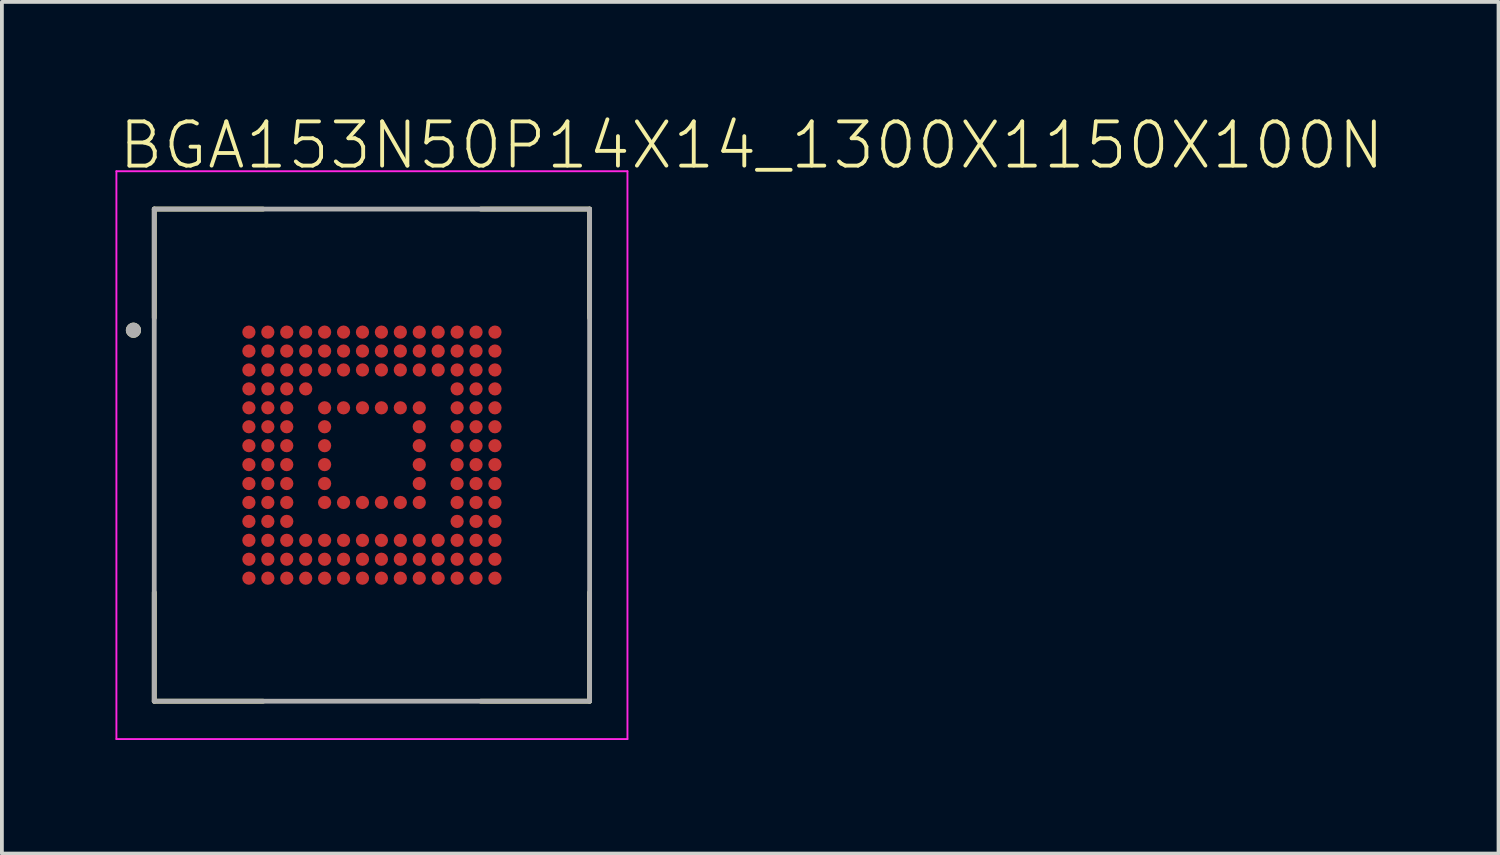
<source format=kicad_pcb>
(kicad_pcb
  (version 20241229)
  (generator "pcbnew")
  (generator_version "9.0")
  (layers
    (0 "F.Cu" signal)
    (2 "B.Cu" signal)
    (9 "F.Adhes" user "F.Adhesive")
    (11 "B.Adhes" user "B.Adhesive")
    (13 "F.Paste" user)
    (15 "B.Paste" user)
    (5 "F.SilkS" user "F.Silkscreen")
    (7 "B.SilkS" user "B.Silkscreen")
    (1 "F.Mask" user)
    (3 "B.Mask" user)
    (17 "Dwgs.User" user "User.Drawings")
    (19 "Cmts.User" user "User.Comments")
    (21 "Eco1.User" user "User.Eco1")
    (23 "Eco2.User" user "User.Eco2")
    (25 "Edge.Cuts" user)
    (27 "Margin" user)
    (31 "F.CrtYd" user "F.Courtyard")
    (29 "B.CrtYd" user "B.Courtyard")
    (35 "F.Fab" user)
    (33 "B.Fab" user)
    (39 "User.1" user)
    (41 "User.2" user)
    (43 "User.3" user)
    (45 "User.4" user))
  (footprint "BGA153N50P14X14_1300X1150X100N"
    (layer "F.Cu")
    (at 6.775 8.973)
    (property "Reference" "BGA153N50P14X14_1300X1150X100N" (at -6.75 -7.5 0) (unlocked yes) (layer "F.SilkS") (effects (font (size 1.168 1.168) (thickness 0.102)) (justify left bottom)))
    (fp_circle (center -3.25 -3.25) (end -3.15 -3.25) (stroke (width 0.2) (type solid)) (fill no) (layer "F.Mask"))
    (fp_circle (center -3.25 -2.75) (end -3.15 -2.75) (stroke (width 0.2) (type solid)) (fill no) (layer "F.Mask"))
    (fp_circle (center -3.25 -2.25) (end -3.15 -2.25) (stroke (width 0.2) (type solid)) (fill no) (layer "F.Mask"))
    (fp_circle (center -3.25 -1.75) (end -3.15 -1.75) (stroke (width 0.2) (type solid)) (fill no) (layer "F.Mask"))
    (fp_circle (center -3.25 -1.25) (end -3.15 -1.25) (stroke (width 0.2) (type solid)) (fill no) (layer "F.Mask"))
    (fp_circle (center -3.25 -0.75) (end -3.15 -0.75) (stroke (width 0.2) (type solid)) (fill no) (layer "F.Mask"))
    (fp_circle (center -3.25 -0.25) (end -3.15 -0.25) (stroke (width 0.2) (type solid)) (fill no) (layer "F.Mask"))
    (fp_circle (center -3.25 0.25) (end -3.15 0.25) (stroke (width 0.2) (type solid)) (fill no) (layer "F.Mask"))
    (fp_circle (center -3.25 0.75) (end -3.15 0.75) (stroke (width 0.2) (type solid)) (fill no) (layer "F.Mask"))
    (fp_circle (center -3.25 1.25) (end -3.15 1.25) (stroke (width 0.2) (type solid)) (fill no) (layer "F.Mask"))
    (fp_circle (center -3.25 1.75) (end -3.15 1.75) (stroke (width 0.2) (type solid)) (fill no) (layer "F.Mask"))
    (fp_circle (center -3.25 2.25) (end -3.15 2.25) (stroke (width 0.2) (type solid)) (fill no) (layer "F.Mask"))
    (fp_circle (center -3.25 2.75) (end -3.15 2.75) (stroke (width 0.2) (type solid)) (fill no) (layer "F.Mask"))
    (fp_circle (center -3.25 3.25) (end -3.15 3.25) (stroke (width 0.2) (type solid)) (fill no) (layer "F.Mask"))
    (fp_circle (center -2.75 -3.25) (end -2.65 -3.25) (stroke (width 0.2) (type solid)) (fill no) (layer "F.Mask"))
    (fp_circle (center -2.75 -2.75) (end -2.65 -2.75) (stroke (width 0.2) (type solid)) (fill no) (layer "F.Mask"))
    (fp_circle (center -2.75 -2.25) (end -2.65 -2.25) (stroke (width 0.2) (type solid)) (fill no) (layer "F.Mask"))
    (fp_circle (center -2.75 -1.75) (end -2.65 -1.75) (stroke (width 0.2) (type solid)) (fill no) (layer "F.Mask"))
    (fp_circle (center -2.75 -1.25) (end -2.65 -1.25) (stroke (width 0.2) (type solid)) (fill no) (layer "F.Mask"))
    (fp_circle (center -2.75 -0.75) (end -2.65 -0.75) (stroke (width 0.2) (type solid)) (fill no) (layer "F.Mask"))
    (fp_circle (center -2.75 -0.25) (end -2.65 -0.25) (stroke (width 0.2) (type solid)) (fill no) (layer "F.Mask"))
    (fp_circle (center -2.75 0.25) (end -2.65 0.25) (stroke (width 0.2) (type solid)) (fill no) (layer "F.Mask"))
    (fp_circle (center -2.75 0.75) (end -2.65 0.75) (stroke (width 0.2) (type solid)) (fill no) (layer "F.Mask"))
    (fp_circle (center -2.75 1.25) (end -2.65 1.25) (stroke (width 0.2) (type solid)) (fill no) (layer "F.Mask"))
    (fp_circle (center -2.75 1.75) (end -2.65 1.75) (stroke (width 0.2) (type solid)) (fill no) (layer "F.Mask"))
    (fp_circle (center -2.75 2.25) (end -2.65 2.25) (stroke (width 0.2) (type solid)) (fill no) (layer "F.Mask"))
    (fp_circle (center -2.75 2.75) (end -2.65 2.75) (stroke (width 0.2) (type solid)) (fill no) (layer "F.Mask"))
    (fp_circle (center -2.75 3.25) (end -2.65 3.25) (stroke (width 0.2) (type solid)) (fill no) (layer "F.Mask"))
    (fp_circle (center -2.25 -3.25) (end -2.15 -3.25) (stroke (width 0.2) (type solid)) (fill no) (layer "F.Mask"))
    (fp_circle (center -2.25 -2.75) (end -2.15 -2.75) (stroke (width 0.2) (type solid)) (fill no) (layer "F.Mask"))
    (fp_circle (center -2.25 -2.25) (end -2.15 -2.25) (stroke (width 0.2) (type solid)) (fill no) (layer "F.Mask"))
    (fp_circle (center -2.25 -1.75) (end -2.15 -1.75) (stroke (width 0.2) (type solid)) (fill no) (layer "F.Mask"))
    (fp_circle (center -2.25 -1.25) (end -2.15 -1.25) (stroke (width 0.2) (type solid)) (fill no) (layer "F.Mask"))
    (fp_circle (center -2.25 -0.75) (end -2.15 -0.75) (stroke (width 0.2) (type solid)) (fill no) (layer "F.Mask"))
    (fp_circle (center -2.25 -0.25) (end -2.15 -0.25) (stroke (width 0.2) (type solid)) (fill no) (layer "F.Mask"))
    (fp_circle (center -2.25 0.25) (end -2.15 0.25) (stroke (width 0.2) (type solid)) (fill no) (layer "F.Mask"))
    (fp_circle (center -2.25 0.75) (end -2.15 0.75) (stroke (width 0.2) (type solid)) (fill no) (layer "F.Mask"))
    (fp_circle (center -2.25 1.25) (end -2.15 1.25) (stroke (width 0.2) (type solid)) (fill no) (layer "F.Mask"))
    (fp_circle (center -2.25 1.75) (end -2.15 1.75) (stroke (width 0.2) (type solid)) (fill no) (layer "F.Mask"))
    (fp_circle (center -2.25 2.25) (end -2.15 2.25) (stroke (width 0.2) (type solid)) (fill no) (layer "F.Mask"))
    (fp_circle (center -2.25 2.75) (end -2.15 2.75) (stroke (width 0.2) (type solid)) (fill no) (layer "F.Mask"))
    (fp_circle (center -2.25 3.25) (end -2.15 3.25) (stroke (width 0.2) (type solid)) (fill no) (layer "F.Mask"))
    (fp_circle (center -1.75 -3.25) (end -1.65 -3.25) (stroke (width 0.2) (type solid)) (fill no) (layer "F.Mask"))
    (fp_circle (center -1.75 -2.75) (end -1.65 -2.75) (stroke (width 0.2) (type solid)) (fill no) (layer "F.Mask"))
    (fp_circle (center -1.75 -2.25) (end -1.65 -2.25) (stroke (width 0.2) (type solid)) (fill no) (layer "F.Mask"))
    (fp_circle (center -1.75 -1.75) (end -1.65 -1.75) (stroke (width 0.2) (type solid)) (fill no) (layer "F.Mask"))
    (fp_circle (center -1.75 2.25) (end -1.65 2.25) (stroke (width 0.2) (type solid)) (fill no) (layer "F.Mask"))
    (fp_circle (center -1.75 2.75) (end -1.65 2.75) (stroke (width 0.2) (type solid)) (fill no) (layer "F.Mask"))
    (fp_circle (center -1.75 3.25) (end -1.65 3.25) (stroke (width 0.2) (type solid)) (fill no) (layer "F.Mask"))
    (fp_circle (center -1.25 -3.25) (end -1.15 -3.25) (stroke (width 0.2) (type solid)) (fill no) (layer "F.Mask"))
    (fp_circle (center -1.25 -2.75) (end -1.15 -2.75) (stroke (width 0.2) (type solid)) (fill no) (layer "F.Mask"))
    (fp_circle (center -1.25 -2.25) (end -1.15 -2.25) (stroke (width 0.2) (type solid)) (fill no) (layer "F.Mask"))
    (fp_circle (center -1.25 -1.25) (end -1.15 -1.25) (stroke (width 0.2) (type solid)) (fill no) (layer "F.Mask"))
    (fp_circle (center -1.25 -0.75) (end -1.15 -0.75) (stroke (width 0.2) (type solid)) (fill no) (layer "F.Mask"))
    (fp_circle (center -1.25 -0.25) (end -1.15 -0.25) (stroke (width 0.2) (type solid)) (fill no) (layer "F.Mask"))
    (fp_circle (center -1.25 0.25) (end -1.15 0.25) (stroke (width 0.2) (type solid)) (fill no) (layer "F.Mask"))
    (fp_circle (center -1.25 0.75) (end -1.15 0.75) (stroke (width 0.2) (type solid)) (fill no) (layer "F.Mask"))
    (fp_circle (center -1.25 1.25) (end -1.15 1.25) (stroke (width 0.2) (type solid)) (fill no) (layer "F.Mask"))
    (fp_circle (center -1.25 2.25) (end -1.15 2.25) (stroke (width 0.2) (type solid)) (fill no) (layer "F.Mask"))
    (fp_circle (center -1.25 2.75) (end -1.15 2.75) (stroke (width 0.2) (type solid)) (fill no) (layer "F.Mask"))
    (fp_circle (center -1.25 3.25) (end -1.15 3.25) (stroke (width 0.2) (type solid)) (fill no) (layer "F.Mask"))
    (fp_circle (center -0.75 -3.25) (end -0.65 -3.25) (stroke (width 0.2) (type solid)) (fill no) (layer "F.Mask"))
    (fp_circle (center -0.75 -2.75) (end -0.65 -2.75) (stroke (width 0.2) (type solid)) (fill no) (layer "F.Mask"))
    (fp_circle (center -0.75 -2.25) (end -0.65 -2.25) (stroke (width 0.2) (type solid)) (fill no) (layer "F.Mask"))
    (fp_circle (center -0.75 -1.25) (end -0.65 -1.25) (stroke (width 0.2) (type solid)) (fill no) (layer "F.Mask"))
    (fp_circle (center -0.75 1.25) (end -0.65 1.25) (stroke (width 0.2) (type solid)) (fill no) (layer "F.Mask"))
    (fp_circle (center -0.75 2.25) (end -0.65 2.25) (stroke (width 0.2) (type solid)) (fill no) (layer "F.Mask"))
    (fp_circle (center -0.75 2.75) (end -0.65 2.75) (stroke (width 0.2) (type solid)) (fill no) (layer "F.Mask"))
    (fp_circle (center -0.75 3.25) (end -0.65 3.25) (stroke (width 0.2) (type solid)) (fill no) (layer "F.Mask"))
    (fp_circle (center -0.25 -3.25) (end -0.15 -3.25) (stroke (width 0.2) (type solid)) (fill no) (layer "F.Mask"))
    (fp_circle (center -0.25 -2.75) (end -0.15 -2.75) (stroke (width 0.2) (type solid)) (fill no) (layer "F.Mask"))
    (fp_circle (center -0.25 -2.25) (end -0.15 -2.25) (stroke (width 0.2) (type solid)) (fill no) (layer "F.Mask"))
    (fp_circle (center -0.25 -1.25) (end -0.15 -1.25) (stroke (width 0.2) (type solid)) (fill no) (layer "F.Mask"))
    (fp_circle (center -0.25 1.25) (end -0.15 1.25) (stroke (width 0.2) (type solid)) (fill no) (layer "F.Mask"))
    (fp_circle (center -0.25 2.25) (end -0.15 2.25) (stroke (width 0.2) (type solid)) (fill no) (layer "F.Mask"))
    (fp_circle (center -0.25 2.75) (end -0.15 2.75) (stroke (width 0.2) (type solid)) (fill no) (layer "F.Mask"))
    (fp_circle (center -0.25 3.25) (end -0.15 3.25) (stroke (width 0.2) (type solid)) (fill no) (layer "F.Mask"))
    (fp_circle (center 0.25 -3.25) (end 0.35 -3.25) (stroke (width 0.2) (type solid)) (fill no) (layer "F.Mask"))
    (fp_circle (center 0.25 -2.75) (end 0.35 -2.75) (stroke (width 0.2) (type solid)) (fill no) (layer "F.Mask"))
    (fp_circle (center 0.25 -2.25) (end 0.35 -2.25) (stroke (width 0.2) (type solid)) (fill no) (layer "F.Mask"))
    (fp_circle (center 0.25 -1.25) (end 0.35 -1.25) (stroke (width 0.2) (type solid)) (fill no) (layer "F.Mask"))
    (fp_circle (center 0.25 1.25) (end 0.35 1.25) (stroke (width 0.2) (type solid)) (fill no) (layer "F.Mask"))
    (fp_circle (center 0.25 2.25) (end 0.35 2.25) (stroke (width 0.2) (type solid)) (fill no) (layer "F.Mask"))
    (fp_circle (center 0.25 2.75) (end 0.35 2.75) (stroke (width 0.2) (type solid)) (fill no) (layer "F.Mask"))
    (fp_circle (center 0.25 3.25) (end 0.35 3.25) (stroke (width 0.2) (type solid)) (fill no) (layer "F.Mask"))
    (fp_circle (center 0.75 -3.25) (end 0.85 -3.25) (stroke (width 0.2) (type solid)) (fill no) (layer "F.Mask"))
    (fp_circle (center 0.75 -2.75) (end 0.85 -2.75) (stroke (width 0.2) (type solid)) (fill no) (layer "F.Mask"))
    (fp_circle (center 0.75 -2.25) (end 0.85 -2.25) (stroke (width 0.2) (type solid)) (fill no) (layer "F.Mask"))
    (fp_circle (center 0.75 -1.25) (end 0.85 -1.25) (stroke (width 0.2) (type solid)) (fill no) (layer "F.Mask"))
    (fp_circle (center 0.75 1.25) (end 0.85 1.25) (stroke (width 0.2) (type solid)) (fill no) (layer "F.Mask"))
    (fp_circle (center 0.75 2.25) (end 0.85 2.25) (stroke (width 0.2) (type solid)) (fill no) (layer "F.Mask"))
    (fp_circle (center 0.75 2.75) (end 0.85 2.75) (stroke (width 0.2) (type solid)) (fill no) (layer "F.Mask"))
    (fp_circle (center 0.75 3.25) (end 0.85 3.25) (stroke (width 0.2) (type solid)) (fill no) (layer "F.Mask"))
    (fp_circle (center 1.25 -3.25) (end 1.35 -3.25) (stroke (width 0.2) (type solid)) (fill no) (layer "F.Mask"))
    (fp_circle (center 1.25 -2.75) (end 1.35 -2.75) (stroke (width 0.2) (type solid)) (fill no) (layer "F.Mask"))
    (fp_circle (center 1.25 -2.25) (end 1.35 -2.25) (stroke (width 0.2) (type solid)) (fill no) (layer "F.Mask"))
    (fp_circle (center 1.25 -1.25) (end 1.35 -1.25) (stroke (width 0.2) (type solid)) (fill no) (layer "F.Mask"))
    (fp_circle (center 1.25 -0.75) (end 1.35 -0.75) (stroke (width 0.2) (type solid)) (fill no) (layer "F.Mask"))
    (fp_circle (center 1.25 -0.25) (end 1.35 -0.25) (stroke (width 0.2) (type solid)) (fill no) (layer "F.Mask"))
    (fp_circle (center 1.25 0.25) (end 1.35 0.25) (stroke (width 0.2) (type solid)) (fill no) (layer "F.Mask"))
    (fp_circle (center 1.25 0.75) (end 1.35 0.75) (stroke (width 0.2) (type solid)) (fill no) (layer "F.Mask"))
    (fp_circle (center 1.25 1.25) (end 1.35 1.25) (stroke (width 0.2) (type solid)) (fill no) (layer "F.Mask"))
    (fp_circle (center 1.25 2.25) (end 1.35 2.25) (stroke (width 0.2) (type solid)) (fill no) (layer "F.Mask"))
    (fp_circle (center 1.25 2.75) (end 1.35 2.75) (stroke (width 0.2) (type solid)) (fill no) (layer "F.Mask"))
    (fp_circle (center 1.25 3.25) (end 1.35 3.25) (stroke (width 0.2) (type solid)) (fill no) (layer "F.Mask"))
    (fp_circle (center 1.75 -3.25) (end 1.85 -3.25) (stroke (width 0.2) (type solid)) (fill no) (layer "F.Mask"))
    (fp_circle (center 1.75 -2.75) (end 1.85 -2.75) (stroke (width 0.2) (type solid)) (fill no) (layer "F.Mask"))
    (fp_circle (center 1.75 -2.25) (end 1.85 -2.25) (stroke (width 0.2) (type solid)) (fill no) (layer "F.Mask"))
    (fp_circle (center 1.75 2.25) (end 1.85 2.25) (stroke (width 0.2) (type solid)) (fill no) (layer "F.Mask"))
    (fp_circle (center 1.75 2.75) (end 1.85 2.75) (stroke (width 0.2) (type solid)) (fill no) (layer "F.Mask"))
    (fp_circle (center 1.75 3.25) (end 1.85 3.25) (stroke (width 0.2) (type solid)) (fill no) (layer "F.Mask"))
    (fp_circle (center 2.25 -3.25) (end 2.35 -3.25) (stroke (width 0.2) (type solid)) (fill no) (layer "F.Mask"))
    (fp_circle (center 2.25 -2.75) (end 2.35 -2.75) (stroke (width 0.2) (type solid)) (fill no) (layer "F.Mask"))
    (fp_circle (center 2.25 -2.25) (end 2.35 -2.25) (stroke (width 0.2) (type solid)) (fill no) (layer "F.Mask"))
    (fp_circle (center 2.25 -1.75) (end 2.35 -1.75) (stroke (width 0.2) (type solid)) (fill no) (layer "F.Mask"))
    (fp_circle (center 2.25 -1.25) (end 2.35 -1.25) (stroke (width 0.2) (type solid)) (fill no) (layer "F.Mask"))
    (fp_circle (center 2.25 -0.75) (end 2.35 -0.75) (stroke (width 0.2) (type solid)) (fill no) (layer "F.Mask"))
    (fp_circle (center 2.25 -0.25) (end 2.35 -0.25) (stroke (width 0.2) (type solid)) (fill no) (layer "F.Mask"))
    (fp_circle (center 2.25 0.25) (end 2.35 0.25) (stroke (width 0.2) (type solid)) (fill no) (layer "F.Mask"))
    (fp_circle (center 2.25 0.75) (end 2.35 0.75) (stroke (width 0.2) (type solid)) (fill no) (layer "F.Mask"))
    (fp_circle (center 2.25 1.25) (end 2.35 1.25) (stroke (width 0.2) (type solid)) (fill no) (layer "F.Mask"))
    (fp_circle (center 2.25 1.75) (end 2.35 1.75) (stroke (width 0.2) (type solid)) (fill no) (layer "F.Mask"))
    (fp_circle (center 2.25 2.25) (end 2.35 2.25) (stroke (width 0.2) (type solid)) (fill no) (layer "F.Mask"))
    (fp_circle (center 2.25 2.75) (end 2.35 2.75) (stroke (width 0.2) (type solid)) (fill no) (layer "F.Mask"))
    (fp_circle (center 2.25 3.25) (end 2.35 3.25) (stroke (width 0.2) (type solid)) (fill no) (layer "F.Mask"))
    (fp_circle (center 2.75 -3.25) (end 2.85 -3.25) (stroke (width 0.2) (type solid)) (fill no) (layer "F.Mask"))
    (fp_circle (center 2.75 -2.75) (end 2.85 -2.75) (stroke (width 0.2) (type solid)) (fill no) (layer "F.Mask"))
    (fp_circle (center 2.75 -2.25) (end 2.85 -2.25) (stroke (width 0.2) (type solid)) (fill no) (layer "F.Mask"))
    (fp_circle (center 2.75 -1.75) (end 2.85 -1.75) (stroke (width 0.2) (type solid)) (fill no) (layer "F.Mask"))
    (fp_circle (center 2.75 -1.25) (end 2.85 -1.25) (stroke (width 0.2) (type solid)) (fill no) (layer "F.Mask"))
    (fp_circle (center 2.75 -0.75) (end 2.85 -0.75) (stroke (width 0.2) (type solid)) (fill no) (layer "F.Mask"))
    (fp_circle (center 2.75 -0.25) (end 2.85 -0.25) (stroke (width 0.2) (type solid)) (fill no) (layer "F.Mask"))
    (fp_circle (center 2.75 0.25) (end 2.85 0.25) (stroke (width 0.2) (type solid)) (fill no) (layer "F.Mask"))
    (fp_circle (center 2.75 0.75) (end 2.85 0.75) (stroke (width 0.2) (type solid)) (fill no) (layer "F.Mask"))
    (fp_circle (center 2.75 1.25) (end 2.85 1.25) (stroke (width 0.2) (type solid)) (fill no) (layer "F.Mask"))
    (fp_circle (center 2.75 1.75) (end 2.85 1.75) (stroke (width 0.2) (type solid)) (fill no) (layer "F.Mask"))
    (fp_circle (center 2.75 2.25) (end 2.85 2.25) (stroke (width 0.2) (type solid)) (fill no) (layer "F.Mask"))
    (fp_circle (center 2.75 2.75) (end 2.85 2.75) (stroke (width 0.2) (type solid)) (fill no) (layer "F.Mask"))
    (fp_circle (center 2.75 3.25) (end 2.85 3.25) (stroke (width 0.2) (type solid)) (fill no) (layer "F.Mask"))
    (fp_circle (center 3.25 -3.25) (end 3.35 -3.25) (stroke (width 0.2) (type solid)) (fill no) (layer "F.Mask"))
    (fp_circle (center 3.25 -2.75) (end 3.35 -2.75) (stroke (width 0.2) (type solid)) (fill no) (layer "F.Mask"))
    (fp_circle (center 3.25 -2.25) (end 3.35 -2.25) (stroke (width 0.2) (type solid)) (fill no) (layer "F.Mask"))
    (fp_circle (center 3.25 -1.75) (end 3.35 -1.75) (stroke (width 0.2) (type solid)) (fill no) (layer "F.Mask"))
    (fp_circle (center 3.25 -1.25) (end 3.35 -1.25) (stroke (width 0.2) (type solid)) (fill no) (layer "F.Mask"))
    (fp_circle (center 3.25 -0.75) (end 3.35 -0.75) (stroke (width 0.2) (type solid)) (fill no) (layer "F.Mask"))
    (fp_circle (center 3.25 -0.25) (end 3.35 -0.25) (stroke (width 0.2) (type solid)) (fill no) (layer "F.Mask"))
    (fp_circle (center 3.25 0.25) (end 3.35 0.25) (stroke (width 0.2) (type solid)) (fill no) (layer "F.Mask"))
    (fp_circle (center 3.25 0.75) (end 3.35 0.75) (stroke (width 0.2) (type solid)) (fill no) (layer "F.Mask"))
    (fp_circle (center 3.25 1.25) (end 3.35 1.25) (stroke (width 0.2) (type solid)) (fill no) (layer "F.Mask"))
    (fp_circle (center 3.25 1.75) (end 3.35 1.75) (stroke (width 0.2) (type solid)) (fill no) (layer "F.Mask"))
    (fp_circle (center 3.25 2.25) (end 3.35 2.25) (stroke (width 0.2) (type solid)) (fill no) (layer "F.Mask"))
    (fp_circle (center 3.25 2.75) (end 3.35 2.75) (stroke (width 0.2) (type solid)) (fill no) (layer "F.Mask"))
    (fp_circle (center 3.25 3.25) (end 3.35 3.25) (stroke (width 0.2) (type solid)) (fill no) (layer "F.Mask"))
    (fp_line (start -5.75 -3.625) (end -5.75 -6.5) (stroke (width 0.127) (type solid)) (layer "F.SilkS"))
    (fp_line (start -5.75 6.5) (end -5.75 3.625) (stroke (width 0.127) (type solid)) (layer "F.SilkS"))
    (fp_line (start -2.875 -6.5) (end -5.75 -6.5) (stroke (width 0.127) (type solid)) (layer "F.SilkS"))
    (fp_line (start -2.875 6.5) (end -5.75 6.5) (stroke (width 0.127) (type solid)) (layer "F.SilkS"))
    (fp_line (start 5.75 -6.5) (end 2.875 -6.5) (stroke (width 0.127) (type solid)) (layer "F.SilkS"))
    (fp_line (start 5.75 -3.625) (end 5.75 -6.5) (stroke (width 0.127) (type solid)) (layer "F.SilkS"))
    (fp_line (start 5.75 6.5) (end 2.875 6.5) (stroke (width 0.127) (type solid)) (layer "F.SilkS"))
    (fp_line (start 5.75 6.5) (end 5.75 3.625) (stroke (width 0.127) (type solid)) (layer "F.SilkS"))
    (fp_circle (center -6.3 -3.3) (end -6.2 -3.3) (stroke (width 0.2) (type solid)) (fill no) (layer "F.SilkS"))
    (fp_line (start -6.75 -7.5) (end 6.75 -7.5) (stroke (width 0.05) (type solid)) (layer "F.CrtYd"))
    (fp_line (start -6.75 7.5) (end -6.75 -7.5) (stroke (width 0.05) (type solid)) (layer "F.CrtYd"))
    (fp_line (start -6.75 7.5) (end 6.75 7.5) (stroke (width 0.05) (type solid)) (layer "F.CrtYd"))
    (fp_line (start 6.75 7.5) (end 6.75 -7.5) (stroke (width 0.05) (type solid)) (layer "F.CrtYd"))
    (fp_line (start -5.75 6.5) (end -5.75 -6.5) (stroke (width 0.127) (type solid)) (layer "F.Fab"))
    (fp_line (start 5.75 -6.5) (end -5.75 -6.5) (stroke (width 0.127) (type solid)) (layer "F.Fab"))
    (fp_line (start 5.75 6.5) (end -5.75 6.5) (stroke (width 0.127) (type solid)) (layer "F.Fab"))
    (fp_line (start 5.75 6.5) (end 5.75 -6.5) (stroke (width 0.127) (type solid)) (layer "F.Fab"))
    (fp_circle (center -6.3 -3.3) (end -6.2 -3.3) (stroke (width 0.2) (type solid)) (fill no) (layer "F.Fab"))
    (pad "A1" smd roundrect (at -3.25 -3.25) (size 0.35 0.35) (layers "F.Cu" "F.Paste") (roundrect_rratio 0.5))
    (pad "A2" smd roundrect (at -2.75 -3.25) (size 0.35 0.35) (layers "F.Cu" "F.Paste") (roundrect_rratio 0.5))
    (pad "A3" smd roundrect (at -2.25 -3.25) (size 0.35 0.35) (layers "F.Cu" "F.Paste") (roundrect_rratio 0.5))
    (pad "A4" smd roundrect (at -1.75 -3.25) (size 0.35 0.35) (layers "F.Cu" "F.Paste") (roundrect_rratio 0.5))
    (pad "A5" smd roundrect (at -1.25 -3.25) (size 0.35 0.35) (layers "F.Cu" "F.Paste") (roundrect_rratio 0.5))
    (pad "A6" smd roundrect (at -0.75 -3.25) (size 0.35 0.35) (layers "F.Cu" "F.Paste") (roundrect_rratio 0.5))
    (pad "A7" smd roundrect (at -0.25 -3.25) (size 0.35 0.35) (layers "F.Cu" "F.Paste") (roundrect_rratio 0.5))
    (pad "A8" smd roundrect (at 0.25 -3.25) (size 0.35 0.35) (layers "F.Cu" "F.Paste") (roundrect_rratio 0.5))
    (pad "A9" smd roundrect (at 0.75 -3.25) (size 0.35 0.35) (layers "F.Cu" "F.Paste") (roundrect_rratio 0.5))
    (pad "A10" smd roundrect (at 1.25 -3.25) (size 0.35 0.35) (layers "F.Cu" "F.Paste") (roundrect_rratio 0.5))
    (pad "A11" smd roundrect (at 1.75 -3.25) (size 0.35 0.35) (layers "F.Cu" "F.Paste") (roundrect_rratio 0.5))
    (pad "A12" smd roundrect (at 2.25 -3.25) (size 0.35 0.35) (layers "F.Cu" "F.Paste") (roundrect_rratio 0.5))
    (pad "A13" smd roundrect (at 2.75 -3.25) (size 0.35 0.35) (layers "F.Cu" "F.Paste") (roundrect_rratio 0.5))
    (pad "A14" smd roundrect (at 3.25 -3.25) (size 0.35 0.35) (layers "F.Cu" "F.Paste") (roundrect_rratio 0.5))
    (pad "B1" smd roundrect (at -3.25 -2.75) (size 0.35 0.35) (layers "F.Cu" "F.Paste") (roundrect_rratio 0.5))
    (pad "B2" smd roundrect (at -2.75 -2.75) (size 0.35 0.35) (layers "F.Cu" "F.Paste") (roundrect_rratio 0.5))
    (pad "B3" smd roundrect (at -2.25 -2.75) (size 0.35 0.35) (layers "F.Cu" "F.Paste") (roundrect_rratio 0.5))
    (pad "B4" smd roundrect (at -1.75 -2.75) (size 0.35 0.35) (layers "F.Cu" "F.Paste") (roundrect_rratio 0.5))
    (pad "B5" smd roundrect (at -1.25 -2.75) (size 0.35 0.35) (layers "F.Cu" "F.Paste") (roundrect_rratio 0.5))
    (pad "B6" smd roundrect (at -0.75 -2.75) (size 0.35 0.35) (layers "F.Cu" "F.Paste") (roundrect_rratio 0.5))
    (pad "B7" smd roundrect (at -0.25 -2.75) (size 0.35 0.35) (layers "F.Cu" "F.Paste") (roundrect_rratio 0.5))
    (pad "B8" smd roundrect (at 0.25 -2.75) (size 0.35 0.35) (layers "F.Cu" "F.Paste") (roundrect_rratio 0.5))
    (pad "B9" smd roundrect (at 0.75 -2.75) (size 0.35 0.35) (layers "F.Cu" "F.Paste") (roundrect_rratio 0.5))
    (pad "B10" smd roundrect (at 1.25 -2.75) (size 0.35 0.35) (layers "F.Cu" "F.Paste") (roundrect_rratio 0.5))
    (pad "B11" smd roundrect (at 1.75 -2.75) (size 0.35 0.35) (layers "F.Cu" "F.Paste") (roundrect_rratio 0.5))
    (pad "B12" smd roundrect (at 2.25 -2.75) (size 0.35 0.35) (layers "F.Cu" "F.Paste") (roundrect_rratio 0.5))
    (pad "B13" smd roundrect (at 2.75 -2.75) (size 0.35 0.35) (layers "F.Cu" "F.Paste") (roundrect_rratio 0.5))
    (pad "B14" smd roundrect (at 3.25 -2.75) (size 0.35 0.35) (layers "F.Cu" "F.Paste") (roundrect_rratio 0.5))
    (pad "C1" smd roundrect (at -3.25 -2.25) (size 0.35 0.35) (layers "F.Cu" "F.Paste") (roundrect_rratio 0.5))
    (pad "C2" smd roundrect (at -2.75 -2.25) (size 0.35 0.35) (layers "F.Cu" "F.Paste") (roundrect_rratio 0.5))
    (pad "C3" smd roundrect (at -2.25 -2.25) (size 0.35 0.35) (layers "F.Cu" "F.Paste") (roundrect_rratio 0.5))
    (pad "C4" smd roundrect (at -1.75 -2.25) (size 0.35 0.35) (layers "F.Cu" "F.Paste") (roundrect_rratio 0.5))
    (pad "C5" smd roundrect (at -1.25 -2.25) (size 0.35 0.35) (layers "F.Cu" "F.Paste") (roundrect_rratio 0.5))
    (pad "C6" smd roundrect (at -0.75 -2.25) (size 0.35 0.35) (layers "F.Cu" "F.Paste") (roundrect_rratio 0.5))
    (pad "C7" smd roundrect (at -0.25 -2.25) (size 0.35 0.35) (layers "F.Cu" "F.Paste") (roundrect_rratio 0.5))
    (pad "C8" smd roundrect (at 0.25 -2.25) (size 0.35 0.35) (layers "F.Cu" "F.Paste") (roundrect_rratio 0.5))
    (pad "C9" smd roundrect (at 0.75 -2.25) (size 0.35 0.35) (layers "F.Cu" "F.Paste") (roundrect_rratio 0.5))
    (pad "C10" smd roundrect (at 1.25 -2.25) (size 0.35 0.35) (layers "F.Cu" "F.Paste") (roundrect_rratio 0.5))
    (pad "C11" smd roundrect (at 1.75 -2.25) (size 0.35 0.35) (layers "F.Cu" "F.Paste") (roundrect_rratio 0.5))
    (pad "C12" smd roundrect (at 2.25 -2.25) (size 0.35 0.35) (layers "F.Cu" "F.Paste") (roundrect_rratio 0.5))
    (pad "C13" smd roundrect (at 2.75 -2.25) (size 0.35 0.35) (layers "F.Cu" "F.Paste") (roundrect_rratio 0.5))
    (pad "C14" smd roundrect (at 3.25 -2.25) (size 0.35 0.35) (layers "F.Cu" "F.Paste") (roundrect_rratio 0.5))
    (pad "D1" smd roundrect (at -3.25 -1.75) (size 0.35 0.35) (layers "F.Cu" "F.Paste") (roundrect_rratio 0.5))
    (pad "D2" smd roundrect (at -2.75 -1.75) (size 0.35 0.35) (layers "F.Cu" "F.Paste") (roundrect_rratio 0.5))
    (pad "D3" smd roundrect (at -2.25 -1.75) (size 0.35 0.35) (layers "F.Cu" "F.Paste") (roundrect_rratio 0.5))
    (pad "D4" smd roundrect (at -1.75 -1.75) (size 0.35 0.35) (layers "F.Cu" "F.Paste") (roundrect_rratio 0.5))
    (pad "D12" smd roundrect (at 2.25 -1.75) (size 0.35 0.35) (layers "F.Cu" "F.Paste") (roundrect_rratio 0.5))
    (pad "D13" smd roundrect (at 2.75 -1.75) (size 0.35 0.35) (layers "F.Cu" "F.Paste") (roundrect_rratio 0.5))
    (pad "D14" smd roundrect (at 3.25 -1.75) (size 0.35 0.35) (layers "F.Cu" "F.Paste") (roundrect_rratio 0.5))
    (pad "E1" smd roundrect (at -3.25 -1.25) (size 0.35 0.35) (layers "F.Cu" "F.Paste") (roundrect_rratio 0.5))
    (pad "E2" smd roundrect (at -2.75 -1.25) (size 0.35 0.35) (layers "F.Cu" "F.Paste") (roundrect_rratio 0.5))
    (pad "E3" smd roundrect (at -2.25 -1.25) (size 0.35 0.35) (layers "F.Cu" "F.Paste") (roundrect_rratio 0.5))
    (pad "E5" smd roundrect (at -1.25 -1.25) (size 0.35 0.35) (layers "F.Cu" "F.Paste") (roundrect_rratio 0.5))
    (pad "E6" smd roundrect (at -0.75 -1.25) (size 0.35 0.35) (layers "F.Cu" "F.Paste") (roundrect_rratio 0.5))
    (pad "E7" smd roundrect (at -0.25 -1.25) (size 0.35 0.35) (layers "F.Cu" "F.Paste") (roundrect_rratio 0.5))
    (pad "E8" smd roundrect (at 0.25 -1.25) (size 0.35 0.35) (layers "F.Cu" "F.Paste") (roundrect_rratio 0.5))
    (pad "E9" smd roundrect (at 0.75 -1.25) (size 0.35 0.35) (layers "F.Cu" "F.Paste") (roundrect_rratio 0.5))
    (pad "E10" smd roundrect (at 1.25 -1.25) (size 0.35 0.35) (layers "F.Cu" "F.Paste") (roundrect_rratio 0.5))
    (pad "E12" smd roundrect (at 2.25 -1.25) (size 0.35 0.35) (layers "F.Cu" "F.Paste") (roundrect_rratio 0.5))
    (pad "E13" smd roundrect (at 2.75 -1.25) (size 0.35 0.35) (layers "F.Cu" "F.Paste") (roundrect_rratio 0.5))
    (pad "E14" smd roundrect (at 3.25 -1.25) (size 0.35 0.35) (layers "F.Cu" "F.Paste") (roundrect_rratio 0.5))
    (pad "F1" smd roundrect (at -3.25 -0.75) (size 0.35 0.35) (layers "F.Cu" "F.Paste") (roundrect_rratio 0.5))
    (pad "F2" smd roundrect (at -2.75 -0.75) (size 0.35 0.35) (layers "F.Cu" "F.Paste") (roundrect_rratio 0.5))
    (pad "F3" smd roundrect (at -2.25 -0.75) (size 0.35 0.35) (layers "F.Cu" "F.Paste") (roundrect_rratio 0.5))
    (pad "F5" smd roundrect (at -1.25 -0.75) (size 0.35 0.35) (layers "F.Cu" "F.Paste") (roundrect_rratio 0.5))
    (pad "F10" smd roundrect (at 1.25 -0.75) (size 0.35 0.35) (layers "F.Cu" "F.Paste") (roundrect_rratio 0.5))
    (pad "F12" smd roundrect (at 2.25 -0.75) (size 0.35 0.35) (layers "F.Cu" "F.Paste") (roundrect_rratio 0.5))
    (pad "F13" smd roundrect (at 2.75 -0.75) (size 0.35 0.35) (layers "F.Cu" "F.Paste") (roundrect_rratio 0.5))
    (pad "F14" smd roundrect (at 3.25 -0.75) (size 0.35 0.35) (layers "F.Cu" "F.Paste") (roundrect_rratio 0.5))
    (pad "G1" smd roundrect (at -3.25 -0.25) (size 0.35 0.35) (layers "F.Cu" "F.Paste") (roundrect_rratio 0.5))
    (pad "G2" smd roundrect (at -2.75 -0.25) (size 0.35 0.35) (layers "F.Cu" "F.Paste") (roundrect_rratio 0.5))
    (pad "G3" smd roundrect (at -2.25 -0.25) (size 0.35 0.35) (layers "F.Cu" "F.Paste") (roundrect_rratio 0.5))
    (pad "G5" smd roundrect (at -1.25 -0.25) (size 0.35 0.35) (layers "F.Cu" "F.Paste") (roundrect_rratio 0.5))
    (pad "G10" smd roundrect (at 1.25 -0.25) (size 0.35 0.35) (layers "F.Cu" "F.Paste") (roundrect_rratio 0.5))
    (pad "G12" smd roundrect (at 2.25 -0.25) (size 0.35 0.35) (layers "F.Cu" "F.Paste") (roundrect_rratio 0.5))
    (pad "G13" smd roundrect (at 2.75 -0.25) (size 0.35 0.35) (layers "F.Cu" "F.Paste") (roundrect_rratio 0.5))
    (pad "G14" smd roundrect (at 3.25 -0.25) (size 0.35 0.35) (layers "F.Cu" "F.Paste") (roundrect_rratio 0.5))
    (pad "H1" smd roundrect (at -3.25 0.25) (size 0.35 0.35) (layers "F.Cu" "F.Paste") (roundrect_rratio 0.5))
    (pad "H2" smd roundrect (at -2.75 0.25) (size 0.35 0.35) (layers "F.Cu" "F.Paste") (roundrect_rratio 0.5))
    (pad "H3" smd roundrect (at -2.25 0.25) (size 0.35 0.35) (layers "F.Cu" "F.Paste") (roundrect_rratio 0.5))
    (pad "H5" smd roundrect (at -1.25 0.25) (size 0.35 0.35) (layers "F.Cu" "F.Paste") (roundrect_rratio 0.5))
    (pad "H10" smd roundrect (at 1.25 0.25) (size 0.35 0.35) (layers "F.Cu" "F.Paste") (roundrect_rratio 0.5))
    (pad "H12" smd roundrect (at 2.25 0.25) (size 0.35 0.35) (layers "F.Cu" "F.Paste") (roundrect_rratio 0.5))
    (pad "H13" smd roundrect (at 2.75 0.25) (size 0.35 0.35) (layers "F.Cu" "F.Paste") (roundrect_rratio 0.5))
    (pad "H14" smd roundrect (at 3.25 0.25) (size 0.35 0.35) (layers "F.Cu" "F.Paste") (roundrect_rratio 0.5))
    (pad "J1" smd roundrect (at -3.25 0.75) (size 0.35 0.35) (layers "F.Cu" "F.Paste") (roundrect_rratio 0.5))
    (pad "J2" smd roundrect (at -2.75 0.75) (size 0.35 0.35) (layers "F.Cu" "F.Paste") (roundrect_rratio 0.5))
    (pad "J3" smd roundrect (at -2.25 0.75) (size 0.35 0.35) (layers "F.Cu" "F.Paste") (roundrect_rratio 0.5))
    (pad "J5" smd roundrect (at -1.25 0.75) (size 0.35 0.35) (layers "F.Cu" "F.Paste") (roundrect_rratio 0.5))
    (pad "J10" smd roundrect (at 1.25 0.75) (size 0.35 0.35) (layers "F.Cu" "F.Paste") (roundrect_rratio 0.5))
    (pad "J12" smd roundrect (at 2.25 0.75) (size 0.35 0.35) (layers "F.Cu" "F.Paste") (roundrect_rratio 0.5))
    (pad "J13" smd roundrect (at 2.75 0.75) (size 0.35 0.35) (layers "F.Cu" "F.Paste") (roundrect_rratio 0.5))
    (pad "J14" smd roundrect (at 3.25 0.75) (size 0.35 0.35) (layers "F.Cu" "F.Paste") (roundrect_rratio 0.5))
    (pad "K1" smd roundrect (at -3.25 1.25) (size 0.35 0.35) (layers "F.Cu" "F.Paste") (roundrect_rratio 0.5))
    (pad "K2" smd roundrect (at -2.75 1.25) (size 0.35 0.35) (layers "F.Cu" "F.Paste") (roundrect_rratio 0.5))
    (pad "K3" smd roundrect (at -2.25 1.25) (size 0.35 0.35) (layers "F.Cu" "F.Paste") (roundrect_rratio 0.5))
    (pad "K5" smd roundrect (at -1.25 1.25) (size 0.35 0.35) (layers "F.Cu" "F.Paste") (roundrect_rratio 0.5))
    (pad "K6" smd roundrect (at -0.75 1.25) (size 0.35 0.35) (layers "F.Cu" "F.Paste") (roundrect_rratio 0.5))
    (pad "K7" smd roundrect (at -0.25 1.25) (size 0.35 0.35) (layers "F.Cu" "F.Paste") (roundrect_rratio 0.5))
    (pad "K8" smd roundrect (at 0.25 1.25) (size 0.35 0.35) (layers "F.Cu" "F.Paste") (roundrect_rratio 0.5))
    (pad "K9" smd roundrect (at 0.75 1.25) (size 0.35 0.35) (layers "F.Cu" "F.Paste") (roundrect_rratio 0.5))
    (pad "K10" smd roundrect (at 1.25 1.25) (size 0.35 0.35) (layers "F.Cu" "F.Paste") (roundrect_rratio 0.5))
    (pad "K12" smd roundrect (at 2.25 1.25) (size 0.35 0.35) (layers "F.Cu" "F.Paste") (roundrect_rratio 0.5))
    (pad "K13" smd roundrect (at 2.75 1.25) (size 0.35 0.35) (layers "F.Cu" "F.Paste") (roundrect_rratio 0.5))
    (pad "K14" smd roundrect (at 3.25 1.25) (size 0.35 0.35) (layers "F.Cu" "F.Paste") (roundrect_rratio 0.5))
    (pad "L1" smd roundrect (at -3.25 1.75) (size 0.35 0.35) (layers "F.Cu" "F.Paste") (roundrect_rratio 0.5))
    (pad "L2" smd roundrect (at -2.75 1.75) (size 0.35 0.35) (layers "F.Cu" "F.Paste") (roundrect_rratio 0.5))
    (pad "L3" smd roundrect (at -2.25 1.75) (size 0.35 0.35) (layers "F.Cu" "F.Paste") (roundrect_rratio 0.5))
    (pad "L12" smd roundrect (at 2.25 1.75) (size 0.35 0.35) (layers "F.Cu" "F.Paste") (roundrect_rratio 0.5))
    (pad "L13" smd roundrect (at 2.75 1.75) (size 0.35 0.35) (layers "F.Cu" "F.Paste") (roundrect_rratio 0.5))
    (pad "L14" smd roundrect (at 3.25 1.75) (size 0.35 0.35) (layers "F.Cu" "F.Paste") (roundrect_rratio 0.5))
    (pad "M1" smd roundrect (at -3.25 2.25) (size 0.35 0.35) (layers "F.Cu" "F.Paste") (roundrect_rratio 0.5))
    (pad "M2" smd roundrect (at -2.75 2.25) (size 0.35 0.35) (layers "F.Cu" "F.Paste") (roundrect_rratio 0.5))
    (pad "M3" smd roundrect (at -2.25 2.25) (size 0.35 0.35) (layers "F.Cu" "F.Paste") (roundrect_rratio 0.5))
    (pad "M4" smd roundrect (at -1.75 2.25) (size 0.35 0.35) (layers "F.Cu" "F.Paste") (roundrect_rratio 0.5))
    (pad "M5" smd roundrect (at -1.25 2.25) (size 0.35 0.35) (layers "F.Cu" "F.Paste") (roundrect_rratio 0.5))
    (pad "M6" smd roundrect (at -0.75 2.25) (size 0.35 0.35) (layers "F.Cu" "F.Paste") (roundrect_rratio 0.5))
    (pad "M7" smd roundrect (at -0.25 2.25) (size 0.35 0.35) (layers "F.Cu" "F.Paste") (roundrect_rratio 0.5))
    (pad "M8" smd roundrect (at 0.25 2.25) (size 0.35 0.35) (layers "F.Cu" "F.Paste") (roundrect_rratio 0.5))
    (pad "M9" smd roundrect (at 0.75 2.25) (size 0.35 0.35) (layers "F.Cu" "F.Paste") (roundrect_rratio 0.5))
    (pad "M10" smd roundrect (at 1.25 2.25) (size 0.35 0.35) (layers "F.Cu" "F.Paste") (roundrect_rratio 0.5))
    (pad "M11" smd roundrect (at 1.75 2.25) (size 0.35 0.35) (layers "F.Cu" "F.Paste") (roundrect_rratio 0.5))
    (pad "M12" smd roundrect (at 2.25 2.25) (size 0.35 0.35) (layers "F.Cu" "F.Paste") (roundrect_rratio 0.5))
    (pad "M13" smd roundrect (at 2.75 2.25) (size 0.35 0.35) (layers "F.Cu" "F.Paste") (roundrect_rratio 0.5))
    (pad "M14" smd roundrect (at 3.25 2.25) (size 0.35 0.35) (layers "F.Cu" "F.Paste") (roundrect_rratio 0.5))
    (pad "N1" smd roundrect (at -3.25 2.75) (size 0.35 0.35) (layers "F.Cu" "F.Paste") (roundrect_rratio 0.5))
    (pad "N2" smd roundrect (at -2.75 2.75) (size 0.35 0.35) (layers "F.Cu" "F.Paste") (roundrect_rratio 0.5))
    (pad "N3" smd roundrect (at -2.25 2.75) (size 0.35 0.35) (layers "F.Cu" "F.Paste") (roundrect_rratio 0.5))
    (pad "N4" smd roundrect (at -1.75 2.75) (size 0.35 0.35) (layers "F.Cu" "F.Paste") (roundrect_rratio 0.5))
    (pad "N5" smd roundrect (at -1.25 2.75) (size 0.35 0.35) (layers "F.Cu" "F.Paste") (roundrect_rratio 0.5))
    (pad "N6" smd roundrect (at -0.75 2.75) (size 0.35 0.35) (layers "F.Cu" "F.Paste") (roundrect_rratio 0.5))
    (pad "N7" smd roundrect (at -0.25 2.75) (size 0.35 0.35) (layers "F.Cu" "F.Paste") (roundrect_rratio 0.5))
    (pad "N8" smd roundrect (at 0.25 2.75) (size 0.35 0.35) (layers "F.Cu" "F.Paste") (roundrect_rratio 0.5))
    (pad "N9" smd roundrect (at 0.75 2.75) (size 0.35 0.35) (layers "F.Cu" "F.Paste") (roundrect_rratio 0.5))
    (pad "N10" smd roundrect (at 1.25 2.75) (size 0.35 0.35) (layers "F.Cu" "F.Paste") (roundrect_rratio 0.5))
    (pad "N11" smd roundrect (at 1.75 2.75) (size 0.35 0.35) (layers "F.Cu" "F.Paste") (roundrect_rratio 0.5))
    (pad "N12" smd roundrect (at 2.25 2.75) (size 0.35 0.35) (layers "F.Cu" "F.Paste") (roundrect_rratio 0.5))
    (pad "N13" smd roundrect (at 2.75 2.75) (size 0.35 0.35) (layers "F.Cu" "F.Paste") (roundrect_rratio 0.5))
    (pad "N14" smd roundrect (at 3.25 2.75) (size 0.35 0.35) (layers "F.Cu" "F.Paste") (roundrect_rratio 0.5))
    (pad "P1" smd roundrect (at -3.25 3.25) (size 0.35 0.35) (layers "F.Cu" "F.Paste") (roundrect_rratio 0.5))
    (pad "P2" smd roundrect (at -2.75 3.25) (size 0.35 0.35) (layers "F.Cu" "F.Paste") (roundrect_rratio 0.5))
    (pad "P3" smd roundrect (at -2.25 3.25) (size 0.35 0.35) (layers "F.Cu" "F.Paste") (roundrect_rratio 0.5))
    (pad "P4" smd roundrect (at -1.75 3.25) (size 0.35 0.35) (layers "F.Cu" "F.Paste") (roundrect_rratio 0.5))
    (pad "P5" smd roundrect (at -1.25 3.25) (size 0.35 0.35) (layers "F.Cu" "F.Paste") (roundrect_rratio 0.5))
    (pad "P6" smd roundrect (at -0.75 3.25) (size 0.35 0.35) (layers "F.Cu" "F.Paste") (roundrect_rratio 0.5))
    (pad "P7" smd roundrect (at -0.25 3.25) (size 0.35 0.35) (layers "F.Cu" "F.Paste") (roundrect_rratio 0.5))
    (pad "P8" smd roundrect (at 0.25 3.25) (size 0.35 0.35) (layers "F.Cu" "F.Paste") (roundrect_rratio 0.5))
    (pad "P9" smd roundrect (at 0.75 3.25) (size 0.35 0.35) (layers "F.Cu" "F.Paste") (roundrect_rratio 0.5))
    (pad "P10" smd roundrect (at 1.25 3.25) (size 0.35 0.35) (layers "F.Cu" "F.Paste") (roundrect_rratio 0.5))
    (pad "P11" smd roundrect (at 1.75 3.25) (size 0.35 0.35) (layers "F.Cu" "F.Paste") (roundrect_rratio 0.5))
    (pad "P12" smd roundrect (at 2.25 3.25) (size 0.35 0.35) (layers "F.Cu" "F.Paste") (roundrect_rratio 0.5))
    (pad "P13" smd roundrect (at 2.75 3.25) (size 0.35 0.35) (layers "F.Cu" "F.Paste") (roundrect_rratio 0.5))
    (pad "P14" smd roundrect (at 3.25 3.25) (size 0.35 0.35) (layers "F.Cu" "F.Paste") (roundrect_rratio 0.5)))
  (gr_rect
    (start -3 -3)
    (end 36.535 19.498)
    (stroke (width 0.1) (type default))
    (fill no)
    (layer "Edge.Cuts")))
</source>
